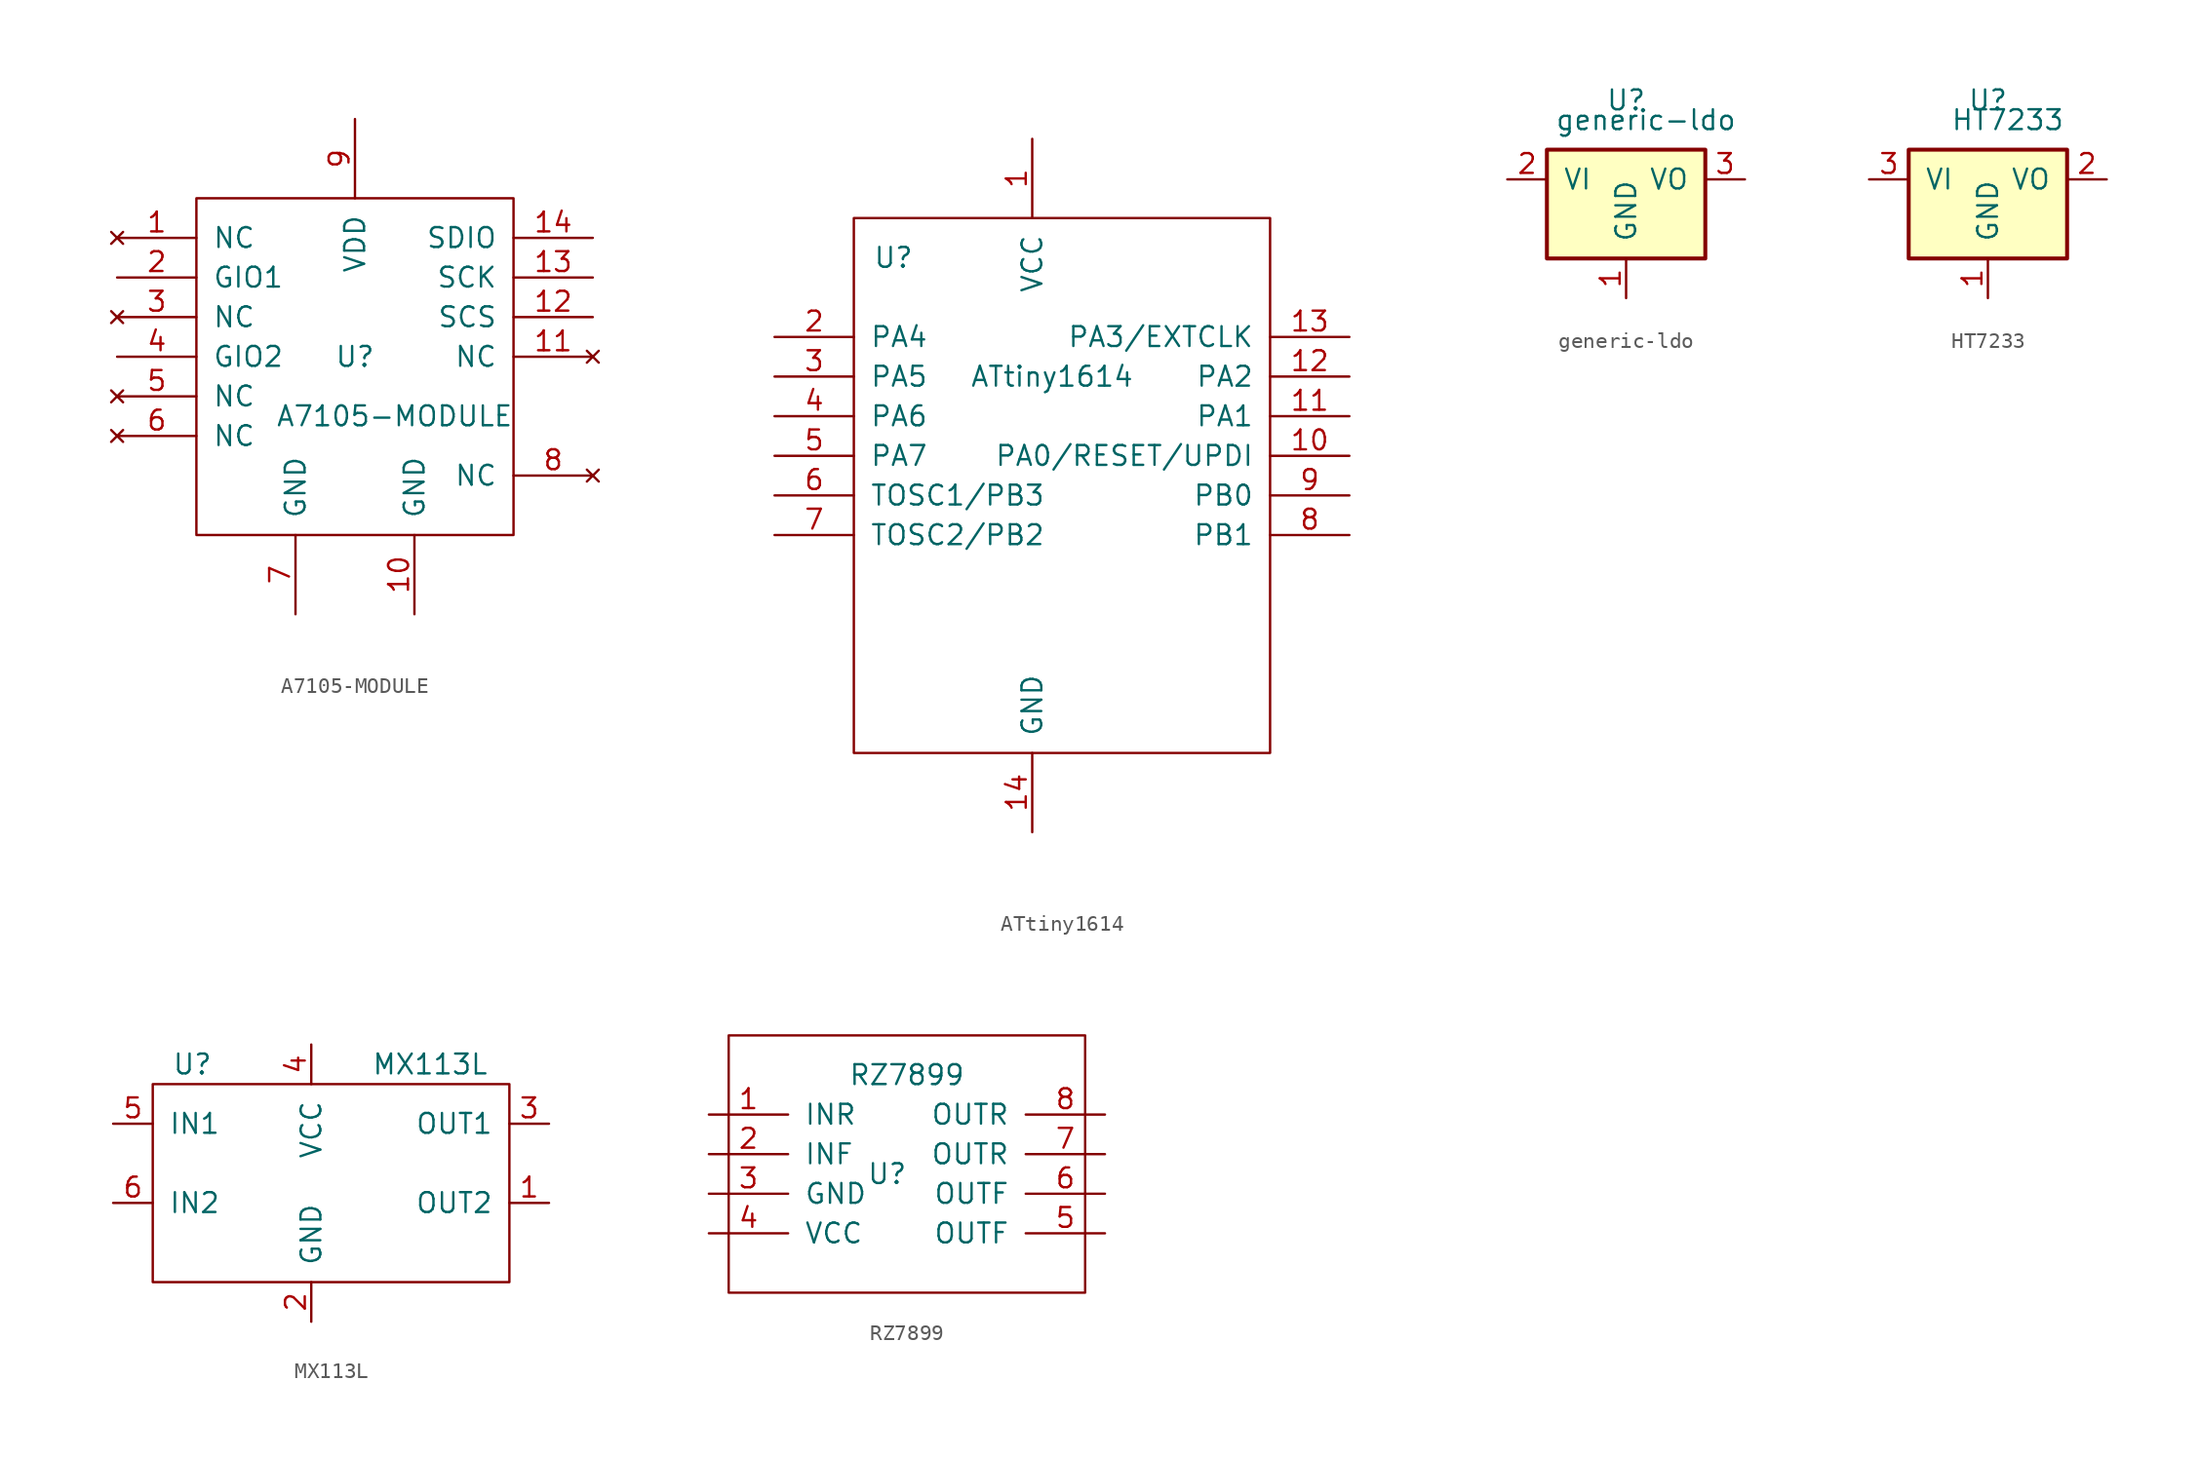
<source format=kicad_sym>
(kicad_symbol_lib
  (version 20220914)
  (generator kicad_symbol_editor)
  (symbol "A7105-MODULE"
    (pin_names
      (offset 1.016))
    (property "Reference" "U"
      (at 0 0 0)
      (effects (font (size 1.27 1.27))))
    (property "Value" "A7105-MODULE"
      (at 2.54 -3.81 0)
      (effects (font (size 1.27 1.27))))
    (symbol "A7105-MODULE_0_1"
      (rectangle (start -10.16 10.16) (end 10.16 -11.43) (stroke (width 0) (type solid)) (fill (type none))))
    (symbol "A7105-MODULE_1_1"
      (pin no_connect line (at -15.24 7.62 0) (length 5.08) (name "NC" (effects (font (size 1.27 1.27)))) (number "1" (effects (font (size 1.27 1.27)))))
      (pin power_in line (at 3.81 -16.51 90) (length 5.08) (name "GND" (effects (font (size 1.27 1.27)))) (number "10" (effects (font (size 1.27 1.27)))))
      (pin no_connect line (at 15.24 0 180) (length 5.08) (name "NC" (effects (font (size 1.27 1.27)))) (number "11" (effects (font (size 1.27 1.27)))))
      (pin input line (at 15.24 2.54 180) (length 5.08) (name "SCS" (effects (font (size 1.27 1.27)))) (number "12" (effects (font (size 1.27 1.27)))))
      (pin input line (at 15.24 5.08 180) (length 5.08) (name "SCK" (effects (font (size 1.27 1.27)))) (number "13" (effects (font (size 1.27 1.27)))))
      (pin bidirectional line (at 15.24 7.62 180) (length 5.08) (name "SDIO" (effects (font (size 1.27 1.27)))) (number "14" (effects (font (size 1.27 1.27)))))
      (pin bidirectional line (at -15.24 5.08 0) (length 5.08) (name "GIO1" (effects (font (size 1.27 1.27)))) (number "2" (effects (font (size 1.27 1.27)))))
      (pin no_connect line (at -15.24 2.54 0) (length 5.08) (name "NC" (effects (font (size 1.27 1.27)))) (number "3" (effects (font (size 1.27 1.27)))))
      (pin bidirectional line (at -15.24 0 0) (length 5.08) (name "GIO2" (effects (font (size 1.27 1.27)))) (number "4" (effects (font (size 1.27 1.27)))))
      (pin no_connect line (at -15.24 -2.54 0) (length 5.08) (name "NC" (effects (font (size 1.27 1.27)))) (number "5" (effects (font (size 1.27 1.27)))))
      (pin no_connect line (at -15.24 -5.08 0) (length 5.08) (name "NC" (effects (font (size 1.27 1.27)))) (number "6" (effects (font (size 1.27 1.27)))))
      (pin power_in line (at -3.81 -16.51 90) (length 5.08) (name "GND" (effects (font (size 1.27 1.27)))) (number "7" (effects (font (size 1.27 1.27)))))
      (pin no_connect line (at 15.24 -7.62 180) (length 5.08) (name "NC" (effects (font (size 1.27 1.27)))) (number "8" (effects (font (size 1.27 1.27)))))
      (pin power_in line (at 0 15.24 270) (length 5.08) (name "VDD" (effects (font (size 1.27 1.27)))) (number "9" (effects (font (size 1.27 1.27)))))))
  (symbol "ATtiny1614"
    (pin_names
      (offset 1.016))
    (property "Reference" "U"
      (at -8.89 11.43 0)
      (effects (font (size 1.27 1.27))))
    (property "Value" "ATtiny1614"
      (at 1.27 3.81 0)
      (effects (font (size 1.27 1.27))))
    (symbol "ATtiny1614_0_1"
      (rectangle (start -11.43 13.97) (end 15.24 -20.32) (stroke (width 0) (type solid)) (fill (type none))))
    (symbol "ATtiny1614_1_1"
      (pin power_in line (at 0 19.05 270) (length 5.08) (name "VCC" (effects (font (size 1.27 1.27)))) (number "1" (effects (font (size 1.27 1.27)))))
      (pin bidirectional line (at 20.32 -1.27 180) (length 5.08) (name "PA0/RESET/UPDI" (effects (font (size 1.27 1.27)))) (number "10" (effects (font (size 1.27 1.27)))))
      (pin bidirectional line (at 20.32 1.27 180) (length 5.08) (name "PA1" (effects (font (size 1.27 1.27)))) (number "11" (effects (font (size 1.27 1.27)))))
      (pin bidirectional line (at 20.32 3.81 180) (length 5.08) (name "PA2" (effects (font (size 1.27 1.27)))) (number "12" (effects (font (size 1.27 1.27)))))
      (pin bidirectional line (at 20.32 6.35 180) (length 5.08) (name "PA3/EXTCLK" (effects (font (size 1.27 1.27)))) (number "13" (effects (font (size 1.27 1.27)))))
      (pin power_in line (at 0 -25.4 90) (length 5.08) (name "GND" (effects (font (size 1.27 1.27)))) (number "14" (effects (font (size 1.27 1.27)))))
      (pin bidirectional line (at -16.51 6.35 0) (length 5.08) (name "PA4" (effects (font (size 1.27 1.27)))) (number "2" (effects (font (size 1.27 1.27)))))
      (pin bidirectional line (at -16.51 3.81 0) (length 5.08) (name "PA5" (effects (font (size 1.27 1.27)))) (number "3" (effects (font (size 1.27 1.27)))))
      (pin bidirectional line (at -16.51 1.27 0) (length 5.08) (name "PA6" (effects (font (size 1.27 1.27)))) (number "4" (effects (font (size 1.27 1.27)))))
      (pin bidirectional line (at -16.51 -1.27 0) (length 5.08) (name "PA7" (effects (font (size 1.27 1.27)))) (number "5" (effects (font (size 1.27 1.27)))))
      (pin bidirectional line (at -16.51 -3.81 0) (length 5.08) (name "TOSC1/PB3" (effects (font (size 1.27 1.27)))) (number "6" (effects (font (size 1.27 1.27)))))
      (pin bidirectional line (at -16.51 -6.35 0) (length 5.08) (name "TOSC2/PB2" (effects (font (size 1.27 1.27)))) (number "7" (effects (font (size 1.27 1.27)))))
      (pin bidirectional line (at 20.32 -6.35 180) (length 5.08) (name "PB1" (effects (font (size 1.27 1.27)))) (number "8" (effects (font (size 1.27 1.27)))))
      (pin bidirectional line (at 20.32 -3.81 180) (length 5.08) (name "PB0" (effects (font (size 1.27 1.27)))) (number "9" (effects (font (size 1.27 1.27)))))))
  (symbol "generic-ldo"
    (pin_names
      (offset 1.016))
    (property "Reference" "U"
      (at 0 1.27 0)
      (effects (font (size 1.27 1.27))))
    (property "Value" "generic-ldo"
      (at 1.27 0 0)
      (effects (font (size 1.27 1.27))))
    (symbol "generic-ldo_1_1"
      (rectangle (start -5.08 -8.89) (end 5.08 -1.905) (stroke (width 0.254) (type solid)) (fill (type background)))
      (pin power_in line (at 0 -11.43 90) (length 2.54) (name "GND" (effects (font (size 1.27 1.27)))) (number "1" (effects (font (size 1.27 1.27)))))
      (pin power_in line (at -7.62 -3.81 0) (length 2.54) (name "VI" (effects (font (size 1.27 1.27)))) (number "2" (effects (font (size 1.27 1.27)))))
      (pin power_out line (at 7.62 -3.81 180) (length 2.54) (name "VO" (effects (font (size 1.27 1.27)))) (number "3" (effects (font (size 1.27 1.27)))))))
  (symbol "HT7233"
    (pin_names
      (offset 1.016))
    (property "Reference" "U"
      (at 0 1.27 0)
      (effects (font (size 1.27 1.27))))
    (property "Value" "HT7233"
      (at 1.27 0 0)
      (effects (font (size 1.27 1.27))))
    (symbol "HT7233_1_1"
      (rectangle (start -5.08 -8.89) (end 5.08 -1.905) (stroke (width 0.254) (type solid)) (fill (type background)))
      (pin power_in line (at 0 -11.43 90) (length 2.54) (name "GND" (effects (font (size 1.27 1.27)))) (number "1" (effects (font (size 1.27 1.27)))))
      (pin power_out line (at 7.62 -3.81 180) (length 2.54) (name "VO" (effects (font (size 1.27 1.27)))) (number "2" (effects (font (size 1.27 1.27)))))
      (pin power_in line (at -7.62 -3.81 0) (length 2.54) (name "VI" (effects (font (size 1.27 1.27)))) (number "3" (effects (font (size 1.27 1.27)))))))
  (symbol "MX113L"
    (pin_names
      (offset 1.016))
    (property "Reference" "U"
      (at -7.62 0 0)
      (effects (font (size 1.27 1.27))))
    (property "Value" "MX113L"
      (at 7.62 0 0)
      (effects (font (size 1.27 1.27))))
    (symbol "MX113L_0_1"
      (rectangle (start -10.16 -1.27) (end 12.7 -13.97) (stroke (width 0) (type solid)) (fill (type none))))
    (symbol "MX113L_1_1"
      (pin output line (at 15.24 -8.89 180) (length 2.54) (name "OUT2" (effects (font (size 1.27 1.27)))) (number "1" (effects (font (size 1.27 1.27)))))
      (pin power_in line (at 0 -16.51 90) (length 2.54) (name "GND" (effects (font (size 1.27 1.27)))) (number "2" (effects (font (size 1.27 1.27)))))
      (pin output line (at 15.24 -3.81 180) (length 2.54) (name "OUT1" (effects (font (size 1.27 1.27)))) (number "3" (effects (font (size 1.27 1.27)))))
      (pin power_in line (at 0 1.27 270) (length 2.54) (name "VCC" (effects (font (size 1.27 1.27)))) (number "4" (effects (font (size 1.27 1.27)))))
      (pin input line (at -12.7 -3.81 0) (length 2.54) (name "IN1" (effects (font (size 1.27 1.27)))) (number "5" (effects (font (size 1.27 1.27)))))
      (pin input line (at -12.7 -8.89 0) (length 2.54) (name "IN2" (effects (font (size 1.27 1.27)))) (number "6" (effects (font (size 1.27 1.27)))))))
  (symbol "RZ7899"
    (pin_names
      (offset 1.016))
    (property "Reference" "U"
      (at -3.81 -3.81 0)
      (effects (font (size 1.27 1.27))))
    (property "Value" "RZ7899"
      (at -2.54 2.54 0)
      (effects (font (size 1.27 1.27))))
    (symbol "RZ7899_0_1"
      (rectangle (start 8.89 5.08) (end -13.97 -11.43) (stroke (width 0) (type solid)) (fill (type none))))
    (symbol "RZ7899_1_1"
      (pin input line (at -15.24 0 0) (length 5.08) (name "INR" (effects (font (size 1.27 1.27)))) (number "1" (effects (font (size 1.27 1.27)))))
      (pin input line (at -15.24 -2.54 0) (length 5.08) (name "INF" (effects (font (size 1.27 1.27)))) (number "2" (effects (font (size 1.27 1.27)))))
      (pin power_in line (at -15.24 -5.08 0) (length 5.08) (name "GND" (effects (font (size 1.27 1.27)))) (number "3" (effects (font (size 1.27 1.27)))))
      (pin power_in line (at -15.24 -7.62 0) (length 5.08) (name "VCC" (effects (font (size 1.27 1.27)))) (number "4" (effects (font (size 1.27 1.27)))))
      (pin output line (at 10.16 -7.62 180) (length 5.08) (name "OUTF" (effects (font (size 1.27 1.27)))) (number "5" (effects (font (size 1.27 1.27)))))
      (pin passive line (at 10.16 -5.08 180) (length 5.08) (name "OUTF" (effects (font (size 1.27 1.27)))) (number "6" (effects (font (size 1.27 1.27)))))
      (pin output line (at 10.16 -2.54 180) (length 5.08) (name "OUTR" (effects (font (size 1.27 1.27)))) (number "7" (effects (font (size 1.27 1.27)))))
      (pin passive line (at 10.16 0 180) (length 5.08) (name "OUTR" (effects (font (size 1.27 1.27)))) (number "8" (effects (font (size 1.27 1.27))))))))
</source>
